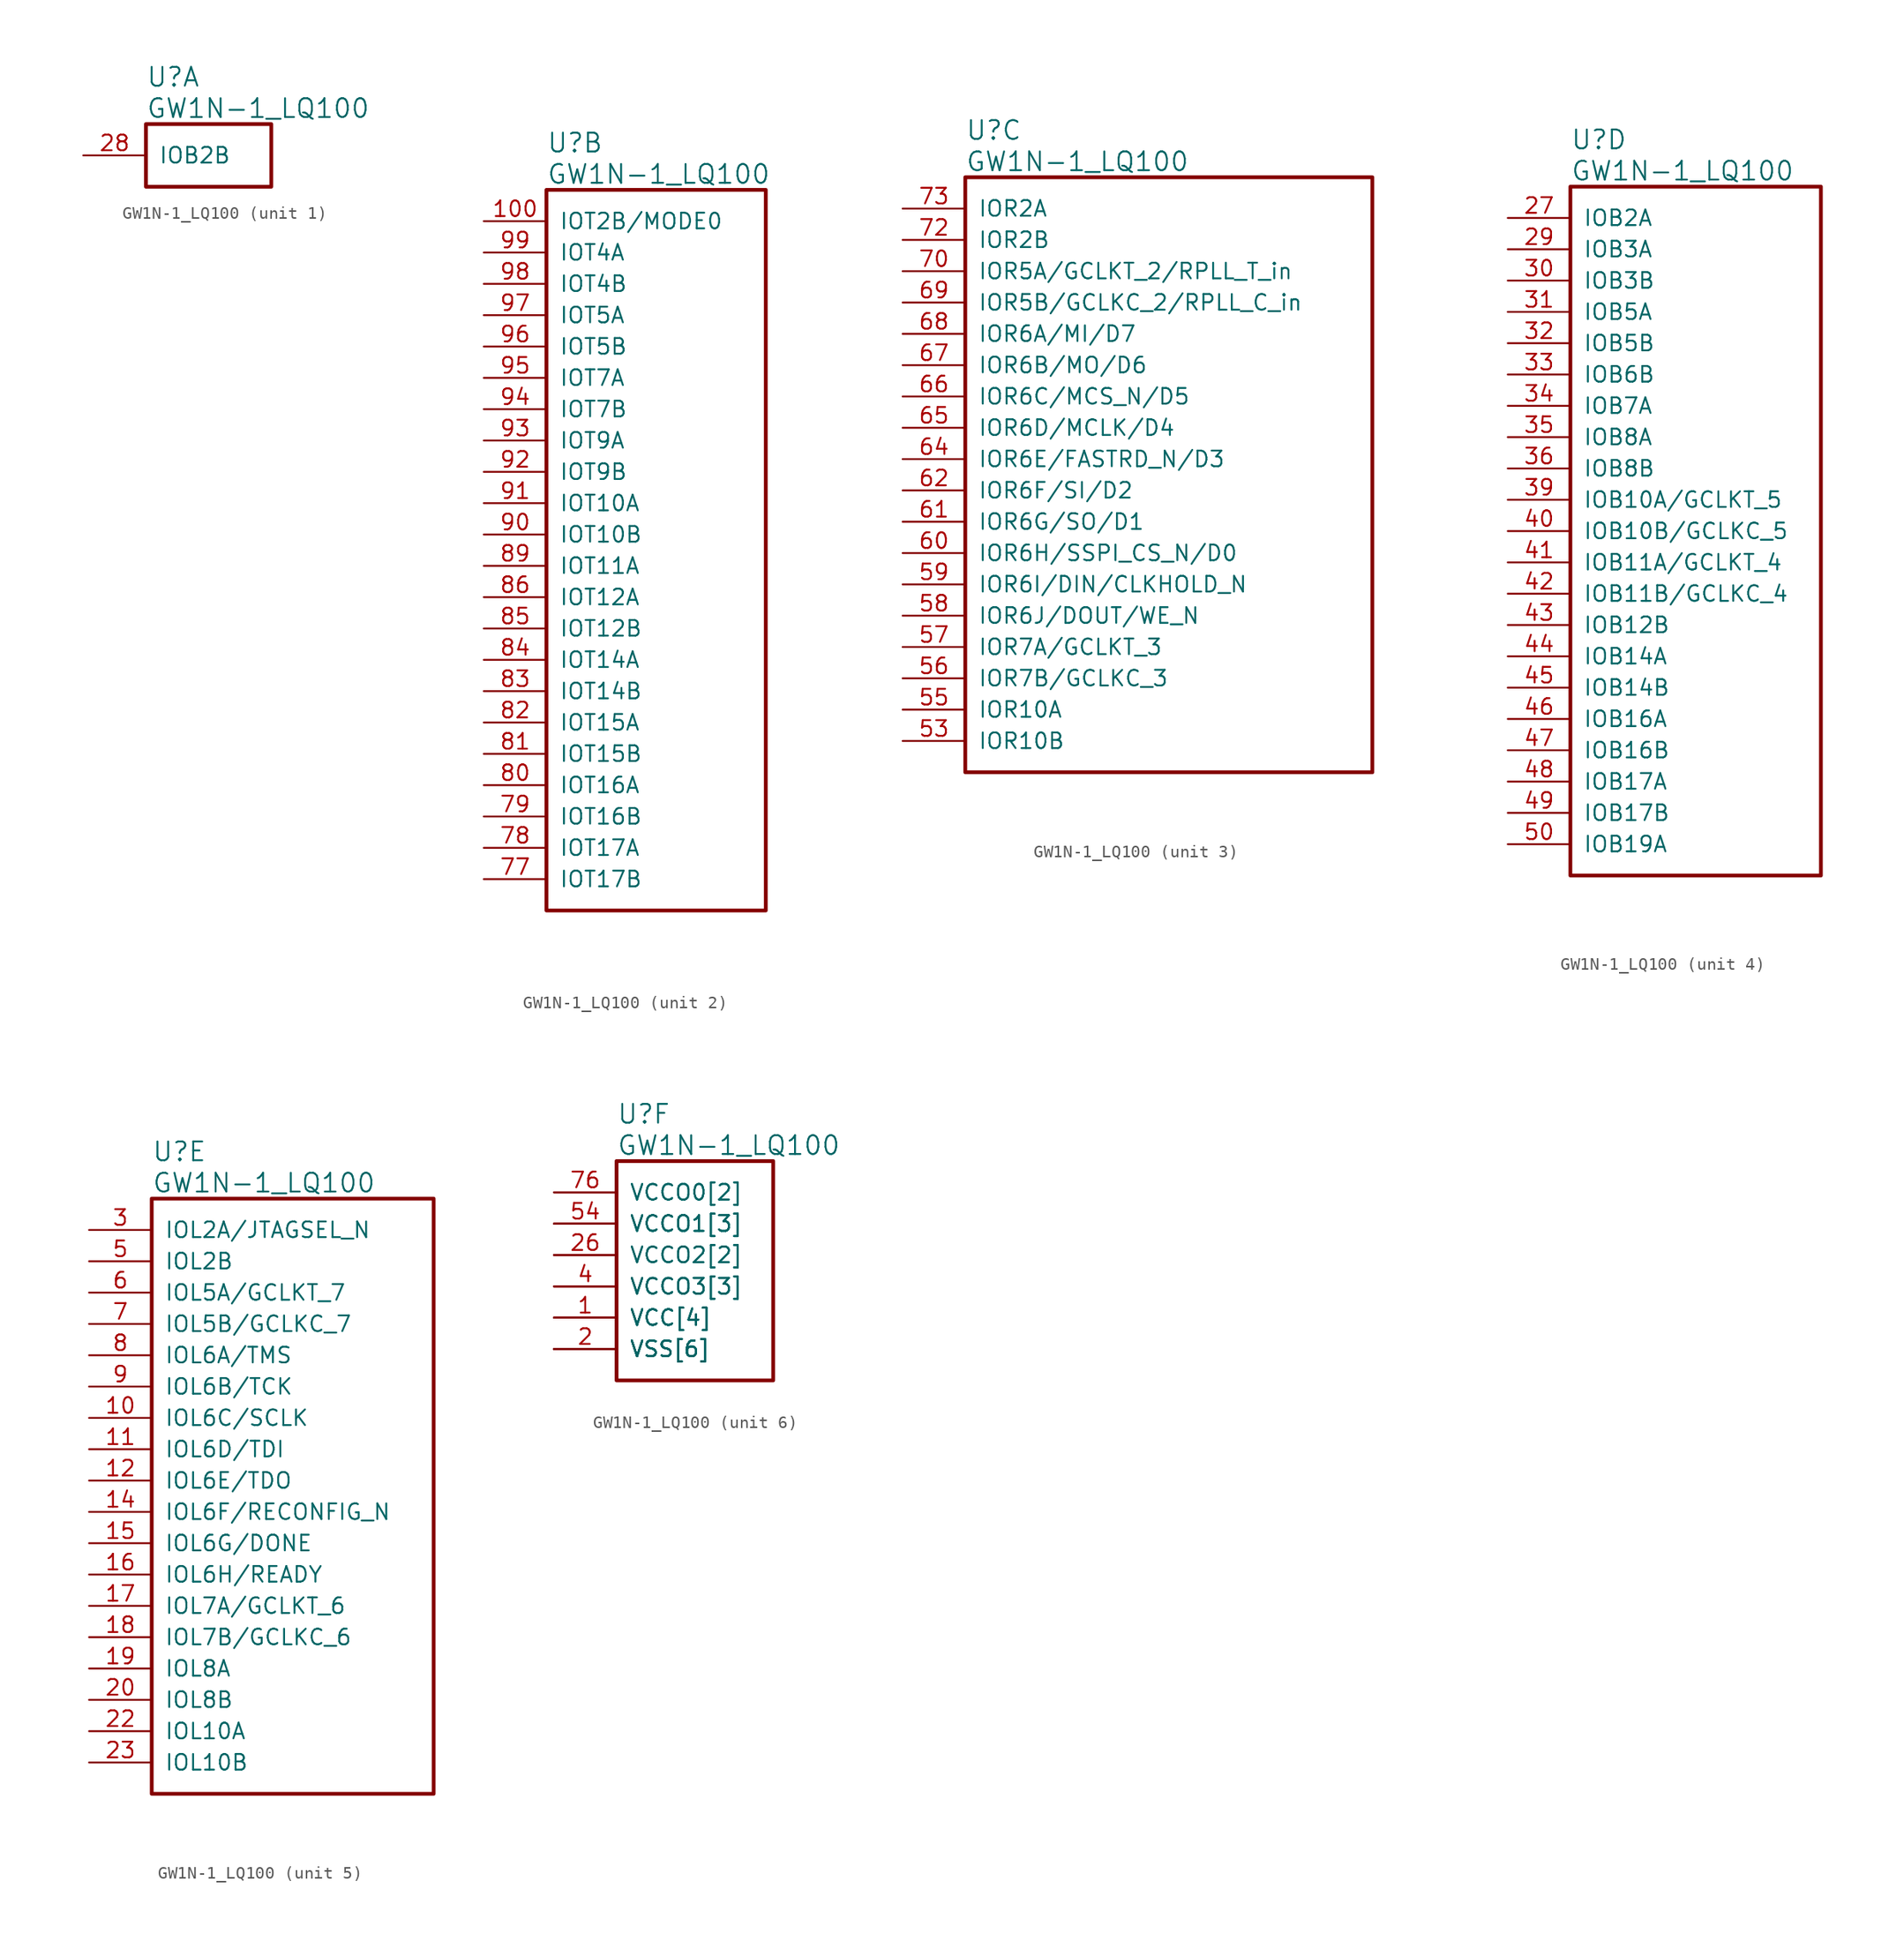
<source format=kicad_sym>
(kicad_symbol_lib
  (version 20211014)
  (generator kicad_symbol_editor)
  (symbol "GW1N-1_LQ100"
    (pin_names
      (offset 1.016))
    (property "Reference" "U"
      (at 5.08 6.35 0)
      (effects (font (size 1.524 1.524)) (justify left)))
    (property "Value" "GW1N-1_LQ100"
      (at 5.08 3.81 0)
      (effects (font (size 1.524 1.524)) (justify left)))
    (property "ki_locked" ""
      (at 0 0 0)
      (effects (font (size 1.27 1.27))))
    (symbol "GW1N-1_LQ100_1_1"
      (rectangle (start 5.08 2.54) (end 15.24 -2.54) (stroke (width 0.305) (type default) (color 0 0 0 0)) (fill (type none)))
      (pin bidirectional line (at 0 0 0) (length 5.08) (name "IOB2B" (effects (font (size 1.27 1.27)))) (number "28" (effects (font (size 1.27 1.27))))))
    (symbol "GW1N-1_LQ100_2_1"
      (rectangle (start 5.08 2.54) (end 22.86 -55.88) (stroke (width 0.305) (type default) (color 0 0 0 0)) (fill (type none)))
      (pin bidirectional line (at 0 0 0) (length 5.08) (name "IOT2B/MODE0" (effects (font (size 1.27 1.27)))) (number "100" (effects (font (size 1.27 1.27)))))
      (pin bidirectional line (at 0 -53.34 0) (length 5.08) (name "IOT17B" (effects (font (size 1.27 1.27)))) (number "77" (effects (font (size 1.27 1.27)))))
      (pin bidirectional line (at 0 -50.8 0) (length 5.08) (name "IOT17A" (effects (font (size 1.27 1.27)))) (number "78" (effects (font (size 1.27 1.27)))))
      (pin bidirectional line (at 0 -48.26 0) (length 5.08) (name "IOT16B" (effects (font (size 1.27 1.27)))) (number "79" (effects (font (size 1.27 1.27)))))
      (pin bidirectional line (at 0 -45.72 0) (length 5.08) (name "IOT16A" (effects (font (size 1.27 1.27)))) (number "80" (effects (font (size 1.27 1.27)))))
      (pin bidirectional line (at 0 -43.18 0) (length 5.08) (name "IOT15B" (effects (font (size 1.27 1.27)))) (number "81" (effects (font (size 1.27 1.27)))))
      (pin bidirectional line (at 0 -40.64 0) (length 5.08) (name "IOT15A" (effects (font (size 1.27 1.27)))) (number "82" (effects (font (size 1.27 1.27)))))
      (pin bidirectional line (at 0 -38.1 0) (length 5.08) (name "IOT14B" (effects (font (size 1.27 1.27)))) (number "83" (effects (font (size 1.27 1.27)))))
      (pin bidirectional line (at 0 -35.56 0) (length 5.08) (name "IOT14A" (effects (font (size 1.27 1.27)))) (number "84" (effects (font (size 1.27 1.27)))))
      (pin bidirectional line (at 0 -33.02 0) (length 5.08) (name "IOT12B" (effects (font (size 1.27 1.27)))) (number "85" (effects (font (size 1.27 1.27)))))
      (pin bidirectional line (at 0 -30.48 0) (length 5.08) (name "IOT12A" (effects (font (size 1.27 1.27)))) (number "86" (effects (font (size 1.27 1.27)))))
      (pin bidirectional line (at 0 -27.94 0) (length 5.08) (name "IOT11A" (effects (font (size 1.27 1.27)))) (number "89" (effects (font (size 1.27 1.27)))))
      (pin bidirectional line (at 0 -25.4 0) (length 5.08) (name "IOT10B" (effects (font (size 1.27 1.27)))) (number "90" (effects (font (size 1.27 1.27)))))
      (pin bidirectional line (at 0 -22.86 0) (length 5.08) (name "IOT10A" (effects (font (size 1.27 1.27)))) (number "91" (effects (font (size 1.27 1.27)))))
      (pin bidirectional line (at 0 -20.32 0) (length 5.08) (name "IOT9B" (effects (font (size 1.27 1.27)))) (number "92" (effects (font (size 1.27 1.27)))))
      (pin bidirectional line (at 0 -17.78 0) (length 5.08) (name "IOT9A" (effects (font (size 1.27 1.27)))) (number "93" (effects (font (size 1.27 1.27)))))
      (pin bidirectional line (at 0 -15.24 0) (length 5.08) (name "IOT7B" (effects (font (size 1.27 1.27)))) (number "94" (effects (font (size 1.27 1.27)))))
      (pin bidirectional line (at 0 -12.7 0) (length 5.08) (name "IOT7A" (effects (font (size 1.27 1.27)))) (number "95" (effects (font (size 1.27 1.27)))))
      (pin bidirectional line (at 0 -10.16 0) (length 5.08) (name "IOT5B" (effects (font (size 1.27 1.27)))) (number "96" (effects (font (size 1.27 1.27)))))
      (pin bidirectional line (at 0 -7.62 0) (length 5.08) (name "IOT5A" (effects (font (size 1.27 1.27)))) (number "97" (effects (font (size 1.27 1.27)))))
      (pin bidirectional line (at 0 -5.08 0) (length 5.08) (name "IOT4B" (effects (font (size 1.27 1.27)))) (number "98" (effects (font (size 1.27 1.27)))))
      (pin bidirectional line (at 0 -2.54 0) (length 5.08) (name "IOT4A" (effects (font (size 1.27 1.27)))) (number "99" (effects (font (size 1.27 1.27))))))
    (symbol "GW1N-1_LQ100_3_1"
      (rectangle (start 5.08 2.54) (end 38.1 -45.72) (stroke (width 0.305) (type default) (color 0 0 0 0)) (fill (type none)))
      (pin bidirectional line (at 0 -43.18 0) (length 5.08) (name "IOR10B" (effects (font (size 1.27 1.27)))) (number "53" (effects (font (size 1.27 1.27)))))
      (pin bidirectional line (at 0 -40.64 0) (length 5.08) (name "IOR10A" (effects (font (size 1.27 1.27)))) (number "55" (effects (font (size 1.27 1.27)))))
      (pin bidirectional line (at 0 -38.1 0) (length 5.08) (name "IOR7B/GCLKC_3" (effects (font (size 1.27 1.27)))) (number "56" (effects (font (size 1.27 1.27)))))
      (pin bidirectional line (at 0 -35.56 0) (length 5.08) (name "IOR7A/GCLKT_3" (effects (font (size 1.27 1.27)))) (number "57" (effects (font (size 1.27 1.27)))))
      (pin bidirectional line (at 0 -33.02 0) (length 5.08) (name "IOR6J/DOUT/WE_N" (effects (font (size 1.27 1.27)))) (number "58" (effects (font (size 1.27 1.27)))))
      (pin bidirectional line (at 0 -30.48 0) (length 5.08) (name "IOR6I/DIN/CLKHOLD_N" (effects (font (size 1.27 1.27)))) (number "59" (effects (font (size 1.27 1.27)))))
      (pin bidirectional line (at 0 -27.94 0) (length 5.08) (name "IOR6H/SSPI_CS_N/D0" (effects (font (size 1.27 1.27)))) (number "60" (effects (font (size 1.27 1.27)))))
      (pin bidirectional line (at 0 -25.4 0) (length 5.08) (name "IOR6G/SO/D1" (effects (font (size 1.27 1.27)))) (number "61" (effects (font (size 1.27 1.27)))))
      (pin bidirectional line (at 0 -22.86 0) (length 5.08) (name "IOR6F/SI/D2" (effects (font (size 1.27 1.27)))) (number "62" (effects (font (size 1.27 1.27)))))
      (pin bidirectional line (at 0 -20.32 0) (length 5.08) (name "IOR6E/FASTRD_N/D3" (effects (font (size 1.27 1.27)))) (number "64" (effects (font (size 1.27 1.27)))))
      (pin bidirectional line (at 0 -17.78 0) (length 5.08) (name "IOR6D/MCLK/D4" (effects (font (size 1.27 1.27)))) (number "65" (effects (font (size 1.27 1.27)))))
      (pin bidirectional line (at 0 -15.24 0) (length 5.08) (name "IOR6C/MCS_N/D5" (effects (font (size 1.27 1.27)))) (number "66" (effects (font (size 1.27 1.27)))))
      (pin bidirectional line (at 0 -12.7 0) (length 5.08) (name "IOR6B/MO/D6" (effects (font (size 1.27 1.27)))) (number "67" (effects (font (size 1.27 1.27)))))
      (pin bidirectional line (at 0 -10.16 0) (length 5.08) (name "IOR6A/MI/D7" (effects (font (size 1.27 1.27)))) (number "68" (effects (font (size 1.27 1.27)))))
      (pin bidirectional line (at 0 -7.62 0) (length 5.08) (name "IOR5B/GCLKC_2/RPLL_C_in" (effects (font (size 1.27 1.27)))) (number "69" (effects (font (size 1.27 1.27)))))
      (pin bidirectional line (at 0 -5.08 0) (length 5.08) (name "IOR5A/GCLKT_2/RPLL_T_in" (effects (font (size 1.27 1.27)))) (number "70" (effects (font (size 1.27 1.27)))))
      (pin bidirectional line (at 0 -2.54 0) (length 5.08) (name "IOR2B" (effects (font (size 1.27 1.27)))) (number "72" (effects (font (size 1.27 1.27)))))
      (pin bidirectional line (at 0 0 0) (length 5.08) (name "IOR2A" (effects (font (size 1.27 1.27)))) (number "73" (effects (font (size 1.27 1.27))))))
    (symbol "GW1N-1_LQ100_4_1"
      (rectangle (start 5.08 2.54) (end 25.4 -53.34) (stroke (width 0.305) (type default) (color 0 0 0 0)) (fill (type none)))
      (pin bidirectional line (at 0 0 0) (length 5.08) (name "IOB2A" (effects (font (size 1.27 1.27)))) (number "27" (effects (font (size 1.27 1.27)))))
      (pin bidirectional line (at 0 -2.54 0) (length 5.08) (name "IOB3A" (effects (font (size 1.27 1.27)))) (number "29" (effects (font (size 1.27 1.27)))))
      (pin bidirectional line (at 0 -5.08 0) (length 5.08) (name "IOB3B" (effects (font (size 1.27 1.27)))) (number "30" (effects (font (size 1.27 1.27)))))
      (pin bidirectional line (at 0 -7.62 0) (length 5.08) (name "IOB5A" (effects (font (size 1.27 1.27)))) (number "31" (effects (font (size 1.27 1.27)))))
      (pin bidirectional line (at 0 -10.16 0) (length 5.08) (name "IOB5B" (effects (font (size 1.27 1.27)))) (number "32" (effects (font (size 1.27 1.27)))))
      (pin bidirectional line (at 0 -12.7 0) (length 5.08) (name "IOB6B" (effects (font (size 1.27 1.27)))) (number "33" (effects (font (size 1.27 1.27)))))
      (pin bidirectional line (at 0 -15.24 0) (length 5.08) (name "IOB7A" (effects (font (size 1.27 1.27)))) (number "34" (effects (font (size 1.27 1.27)))))
      (pin bidirectional line (at 0 -17.78 0) (length 5.08) (name "IOB8A" (effects (font (size 1.27 1.27)))) (number "35" (effects (font (size 1.27 1.27)))))
      (pin bidirectional line (at 0 -20.32 0) (length 5.08) (name "IOB8B" (effects (font (size 1.27 1.27)))) (number "36" (effects (font (size 1.27 1.27)))))
      (pin bidirectional line (at 0 -22.86 0) (length 5.08) (name "IOB10A/GCLKT_5" (effects (font (size 1.27 1.27)))) (number "39" (effects (font (size 1.27 1.27)))))
      (pin bidirectional line (at 0 -25.4 0) (length 5.08) (name "IOB10B/GCLKC_5" (effects (font (size 1.27 1.27)))) (number "40" (effects (font (size 1.27 1.27)))))
      (pin bidirectional line (at 0 -27.94 0) (length 5.08) (name "IOB11A/GCLKT_4" (effects (font (size 1.27 1.27)))) (number "41" (effects (font (size 1.27 1.27)))))
      (pin bidirectional line (at 0 -30.48 0) (length 5.08) (name "IOB11B/GCLKC_4" (effects (font (size 1.27 1.27)))) (number "42" (effects (font (size 1.27 1.27)))))
      (pin bidirectional line (at 0 -33.02 0) (length 5.08) (name "IOB12B" (effects (font (size 1.27 1.27)))) (number "43" (effects (font (size 1.27 1.27)))))
      (pin bidirectional line (at 0 -35.56 0) (length 5.08) (name "IOB14A" (effects (font (size 1.27 1.27)))) (number "44" (effects (font (size 1.27 1.27)))))
      (pin bidirectional line (at 0 -38.1 0) (length 5.08) (name "IOB14B" (effects (font (size 1.27 1.27)))) (number "45" (effects (font (size 1.27 1.27)))))
      (pin bidirectional line (at 0 -40.64 0) (length 5.08) (name "IOB16A" (effects (font (size 1.27 1.27)))) (number "46" (effects (font (size 1.27 1.27)))))
      (pin bidirectional line (at 0 -43.18 0) (length 5.08) (name "IOB16B" (effects (font (size 1.27 1.27)))) (number "47" (effects (font (size 1.27 1.27)))))
      (pin bidirectional line (at 0 -45.72 0) (length 5.08) (name "IOB17A" (effects (font (size 1.27 1.27)))) (number "48" (effects (font (size 1.27 1.27)))))
      (pin bidirectional line (at 0 -48.26 0) (length 5.08) (name "IOB17B" (effects (font (size 1.27 1.27)))) (number "49" (effects (font (size 1.27 1.27)))))
      (pin bidirectional line (at 0 -50.8 0) (length 5.08) (name "IOB19A" (effects (font (size 1.27 1.27)))) (number "50" (effects (font (size 1.27 1.27))))))
    (symbol "GW1N-1_LQ100_5_1"
      (rectangle (start 5.08 2.54) (end 27.94 -45.72) (stroke (width 0.305) (type default) (color 0 0 0 0)) (fill (type none)))
      (pin bidirectional line (at 0 -15.24 0) (length 5.08) (name "IOL6C/SCLK" (effects (font (size 1.27 1.27)))) (number "10" (effects (font (size 1.27 1.27)))))
      (pin bidirectional line (at 0 -17.78 0) (length 5.08) (name "IOL6D/TDI" (effects (font (size 1.27 1.27)))) (number "11" (effects (font (size 1.27 1.27)))))
      (pin bidirectional line (at 0 -20.32 0) (length 5.08) (name "IOL6E/TDO" (effects (font (size 1.27 1.27)))) (number "12" (effects (font (size 1.27 1.27)))))
      (pin bidirectional line (at 0 -22.86 0) (length 5.08) (name "IOL6F/RECONFIG_N" (effects (font (size 1.27 1.27)))) (number "14" (effects (font (size 1.27 1.27)))))
      (pin bidirectional line (at 0 -25.4 0) (length 5.08) (name "IOL6G/DONE" (effects (font (size 1.27 1.27)))) (number "15" (effects (font (size 1.27 1.27)))))
      (pin bidirectional line (at 0 -27.94 0) (length 5.08) (name "IOL6H/READY" (effects (font (size 1.27 1.27)))) (number "16" (effects (font (size 1.27 1.27)))))
      (pin bidirectional line (at 0 -30.48 0) (length 5.08) (name "IOL7A/GCLKT_6" (effects (font (size 1.27 1.27)))) (number "17" (effects (font (size 1.27 1.27)))))
      (pin bidirectional line (at 0 -33.02 0) (length 5.08) (name "IOL7B/GCLKC_6" (effects (font (size 1.27 1.27)))) (number "18" (effects (font (size 1.27 1.27)))))
      (pin bidirectional line (at 0 -35.56 0) (length 5.08) (name "IOL8A" (effects (font (size 1.27 1.27)))) (number "19" (effects (font (size 1.27 1.27)))))
      (pin bidirectional line (at 0 -38.1 0) (length 5.08) (name "IOL8B" (effects (font (size 1.27 1.27)))) (number "20" (effects (font (size 1.27 1.27)))))
      (pin bidirectional line (at 0 -40.64 0) (length 5.08) (name "IOL10A" (effects (font (size 1.27 1.27)))) (number "22" (effects (font (size 1.27 1.27)))))
      (pin bidirectional line (at 0 -43.18 0) (length 5.08) (name "IOL10B" (effects (font (size 1.27 1.27)))) (number "23" (effects (font (size 1.27 1.27)))))
      (pin bidirectional line (at 0 0 0) (length 5.08) (name "IOL2A/JTAGSEL_N" (effects (font (size 1.27 1.27)))) (number "3" (effects (font (size 1.27 1.27)))))
      (pin bidirectional line (at 0 -2.54 0) (length 5.08) (name "IOL2B" (effects (font (size 1.27 1.27)))) (number "5" (effects (font (size 1.27 1.27)))))
      (pin bidirectional line (at 0 -5.08 0) (length 5.08) (name "IOL5A/GCLKT_7" (effects (font (size 1.27 1.27)))) (number "6" (effects (font (size 1.27 1.27)))))
      (pin bidirectional line (at 0 -7.62 0) (length 5.08) (name "IOL5B/GCLKC_7" (effects (font (size 1.27 1.27)))) (number "7" (effects (font (size 1.27 1.27)))))
      (pin bidirectional line (at 0 -10.16 0) (length 5.08) (name "IOL6A/TMS" (effects (font (size 1.27 1.27)))) (number "8" (effects (font (size 1.27 1.27)))))
      (pin bidirectional line (at 0 -12.7 0) (length 5.08) (name "IOL6B/TCK" (effects (font (size 1.27 1.27)))) (number "9" (effects (font (size 1.27 1.27))))))
    (symbol "GW1N-1_LQ100_6_1"
      (rectangle (start 5.08 2.54) (end 17.78 -15.24) (stroke (width 0.305) (type default) (color 0 0 0 0)) (fill (type none)))
      (pin power_in line (at 0 -10.16 0) (length 5.08) (name "VCC[4]" (effects (font (size 1.27 1.27)))) (number "1" (effects (font (size 1.27 1.27)))))
      (pin power_in line (at 0 -7.62 0) (length 5.08) (name "VCCO3[3]" (effects (font (size 1.27 1.27)))) (number "13" (effects (font (size 0 0)))))
      (pin power_in line (at 0 -12.7 0) (length 5.08) (name "VSS[6]" (effects (font (size 1.27 1.27)))) (number "2" (effects (font (size 1.27 1.27)))))
      (pin power_in line (at 0 -7.62 0) (length 5.08) (name "VCCO3[3]" (effects (font (size 1.27 1.27)))) (number "21" (effects (font (size 0 0)))))
      (pin power_in line (at 0 -12.7 0) (length 5.08) (name "VSS[6]" (effects (font (size 1.27 1.27)))) (number "24" (effects (font (size 0 0)))))
      (pin power_in line (at 0 -10.16 0) (length 5.08) (name "VCC[4]" (effects (font (size 1.27 1.27)))) (number "25" (effects (font (size 0 0)))))
      (pin power_in line (at 0 -5.08 0) (length 5.08) (name "VCCO2[2]" (effects (font (size 1.27 1.27)))) (number "26" (effects (font (size 1.27 1.27)))))
      (pin power_in line (at 0 -12.7 0) (length 5.08) (name "VSS[6]" (effects (font (size 1.27 1.27)))) (number "37" (effects (font (size 0 0)))))
      (pin power_in line (at 0 -5.08 0) (length 5.08) (name "VCCO2[2]" (effects (font (size 1.27 1.27)))) (number "38" (effects (font (size 0 0)))))
      (pin power_in line (at 0 -7.62 0) (length 5.08) (name "VCCO3[3]" (effects (font (size 1.27 1.27)))) (number "4" (effects (font (size 1.27 1.27)))))
      (pin power_in line (at 0 -10.16 0) (length 5.08) (name "VCC[4]" (effects (font (size 1.27 1.27)))) (number "51" (effects (font (size 0 0)))))
      (pin power_in line (at 0 -12.7 0) (length 5.08) (name "VSS[6]" (effects (font (size 1.27 1.27)))) (number "52" (effects (font (size 0 0)))))
      (pin power_in line (at 0 -2.54 0) (length 5.08) (name "VCCO1[3]" (effects (font (size 1.27 1.27)))) (number "54" (effects (font (size 1.27 1.27)))))
      (pin power_in line (at 0 -2.54 0) (length 5.08) (name "VCCO1[3]" (effects (font (size 1.27 1.27)))) (number "63" (effects (font (size 0 0)))))
      (pin power_in line (at 0 -2.54 0) (length 5.08) (name "VCCO1[3]" (effects (font (size 1.27 1.27)))) (number "71" (effects (font (size 0 0)))))
      (pin power_in line (at 0 -12.7 0) (length 5.08) (name "VSS[6]" (effects (font (size 1.27 1.27)))) (number "74" (effects (font (size 0 0)))))
      (pin power_in line (at 0 -10.16 0) (length 5.08) (name "VCC[4]" (effects (font (size 1.27 1.27)))) (number "75" (effects (font (size 0 0)))))
      (pin power_in line (at 0 0 0) (length 5.08) (name "VCCO0[2]" (effects (font (size 1.27 1.27)))) (number "76" (effects (font (size 1.27 1.27)))))
      (pin power_in line (at 0 -12.7 0) (length 5.08) (name "VSS[6]" (effects (font (size 1.27 1.27)))) (number "87" (effects (font (size 0 0)))))
      (pin power_in line (at 0 0 0) (length 5.08) (name "VCCO0[2]" (effects (font (size 1.27 1.27)))) (number "88" (effects (font (size 0 0))))))))
</source>
